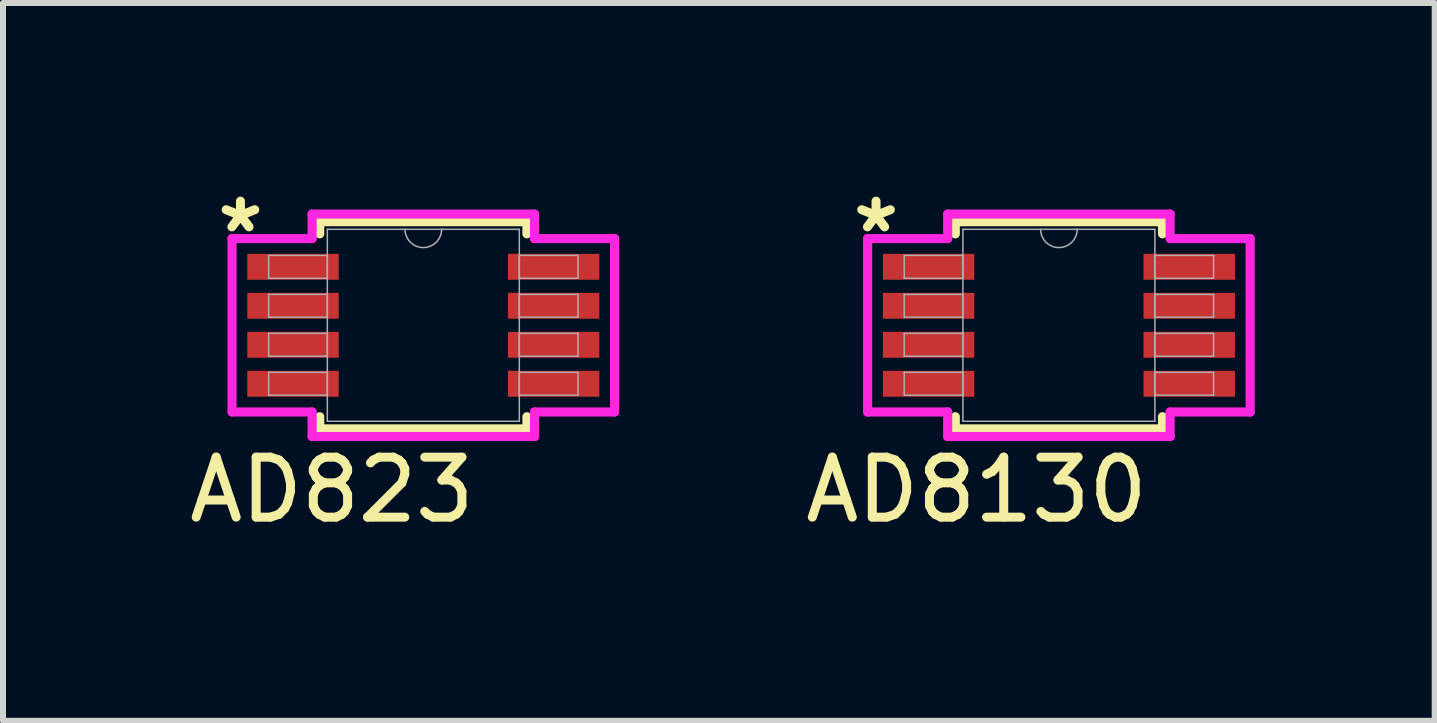
<source format=kicad_pcb>
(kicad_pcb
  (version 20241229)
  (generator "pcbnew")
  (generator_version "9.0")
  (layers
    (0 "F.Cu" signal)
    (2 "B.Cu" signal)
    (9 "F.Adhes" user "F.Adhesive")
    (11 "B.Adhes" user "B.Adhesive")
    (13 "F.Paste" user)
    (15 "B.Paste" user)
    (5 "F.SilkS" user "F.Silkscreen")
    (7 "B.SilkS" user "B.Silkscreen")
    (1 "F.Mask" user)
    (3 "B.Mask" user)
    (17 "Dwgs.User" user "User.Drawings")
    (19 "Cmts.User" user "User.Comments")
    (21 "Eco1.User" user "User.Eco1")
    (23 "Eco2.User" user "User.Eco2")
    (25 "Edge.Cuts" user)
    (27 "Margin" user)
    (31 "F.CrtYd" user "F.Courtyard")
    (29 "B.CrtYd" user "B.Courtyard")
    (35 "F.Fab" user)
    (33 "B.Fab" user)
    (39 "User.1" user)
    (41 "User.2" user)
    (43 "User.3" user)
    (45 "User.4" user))
  (footprint "AD8130"
    (layer "F.Cu")
    (at 14.6 2.372)
    (property "Reference" "AD8130" (at -1.372 2.743 0) (unlocked yes) (layer "F.SilkS") (effects (font (size 1 1) (thickness 0.15))))
    (attr smd)
    (fp_line (start -1.727 -1.727) (end -1.727 -1.524) (stroke (width 0.152) (type solid)) (layer "F.SilkS"))
    (fp_line (start -1.727 1.524) (end -1.727 1.727) (stroke (width 0.152) (type solid)) (layer "F.SilkS"))
    (fp_line (start -1.727 1.727) (end 1.727 1.727) (stroke (width 0.152) (type solid)) (layer "F.SilkS"))
    (fp_line (start 1.727 -1.727) (end -1.727 -1.727) (stroke (width 0.152) (type solid)) (layer "F.SilkS"))
    (fp_line (start 1.727 -1.524) (end 1.727 -1.727) (stroke (width 0.152) (type solid)) (layer "F.SilkS"))
    (fp_line (start 1.727 1.727) (end 1.727 1.524) (stroke (width 0.152) (type solid)) (layer "F.SilkS"))
    (fp_line (start -3.188 -1.445) (end -1.854 -1.445) (stroke (width 0.152) (type solid)) (layer "F.CrtYd"))
    (fp_line (start -3.188 1.445) (end -3.188 -1.445) (stroke (width 0.152) (type solid)) (layer "F.CrtYd"))
    (fp_line (start -3.188 1.445) (end -1.854 1.445) (stroke (width 0.152) (type solid)) (layer "F.CrtYd"))
    (fp_line (start -1.854 -1.854) (end 1.854 -1.854) (stroke (width 0.152) (type solid)) (layer "F.CrtYd"))
    (fp_line (start -1.854 -1.445) (end -1.854 -1.854) (stroke (width 0.152) (type solid)) (layer "F.CrtYd"))
    (fp_line (start -1.854 1.854) (end -1.854 1.445) (stroke (width 0.152) (type solid)) (layer "F.CrtYd"))
    (fp_line (start 1.854 -1.854) (end 1.854 -1.445) (stroke (width 0.152) (type solid)) (layer "F.CrtYd"))
    (fp_line (start 1.854 1.445) (end 1.854 1.854) (stroke (width 0.152) (type solid)) (layer "F.CrtYd"))
    (fp_line (start 1.854 1.854) (end -1.854 1.854) (stroke (width 0.152) (type solid)) (layer "F.CrtYd"))
    (fp_line (start 3.188 -1.445) (end 1.854 -1.445) (stroke (width 0.152) (type solid)) (layer "F.CrtYd"))
    (fp_line (start 3.188 -1.445) (end 3.188 1.445) (stroke (width 0.152) (type solid)) (layer "F.CrtYd"))
    (fp_line (start 3.188 1.445) (end 1.854 1.445) (stroke (width 0.152) (type solid)) (layer "F.CrtYd"))
    (fp_line (start -2.578 -1.165) (end -2.578 -0.784) (stroke (width 0.025) (type solid)) (layer "F.Fab"))
    (fp_line (start -2.578 -0.784) (end -1.6 -0.784) (stroke (width 0.025) (type solid)) (layer "F.Fab"))
    (fp_line (start -2.578 -0.515) (end -2.578 -0.135) (stroke (width 0.025) (type solid)) (layer "F.Fab"))
    (fp_line (start -2.578 -0.135) (end -1.6 -0.135) (stroke (width 0.025) (type solid)) (layer "F.Fab"))
    (fp_line (start -2.578 0.135) (end -2.578 0.515) (stroke (width 0.025) (type solid)) (layer "F.Fab"))
    (fp_line (start -2.578 0.515) (end -1.6 0.515) (stroke (width 0.025) (type solid)) (layer "F.Fab"))
    (fp_line (start -2.578 0.784) (end -2.578 1.165) (stroke (width 0.025) (type solid)) (layer "F.Fab"))
    (fp_line (start -2.578 1.165) (end -1.6 1.165) (stroke (width 0.025) (type solid)) (layer "F.Fab"))
    (fp_line (start -1.6 -1.6) (end -1.6 1.6) (stroke (width 0.025) (type solid)) (layer "F.Fab"))
    (fp_line (start -1.6 -1.165) (end -2.578 -1.165) (stroke (width 0.025) (type solid)) (layer "F.Fab"))
    (fp_line (start -1.6 -0.784) (end -1.6 -1.165) (stroke (width 0.025) (type solid)) (layer "F.Fab"))
    (fp_line (start -1.6 -0.515) (end -2.578 -0.515) (stroke (width 0.025) (type solid)) (layer "F.Fab"))
    (fp_line (start -1.6 -0.135) (end -1.6 -0.515) (stroke (width 0.025) (type solid)) (layer "F.Fab"))
    (fp_line (start -1.6 0.135) (end -2.578 0.135) (stroke (width 0.025) (type solid)) (layer "F.Fab"))
    (fp_line (start -1.6 0.515) (end -1.6 0.135) (stroke (width 0.025) (type solid)) (layer "F.Fab"))
    (fp_line (start -1.6 0.784) (end -2.578 0.784) (stroke (width 0.025) (type solid)) (layer "F.Fab"))
    (fp_line (start -1.6 1.165) (end -1.6 0.784) (stroke (width 0.025) (type solid)) (layer "F.Fab"))
    (fp_line (start -1.6 1.6) (end 1.6 1.6) (stroke (width 0.025) (type solid)) (layer "F.Fab"))
    (fp_line (start 1.6 -1.6) (end -1.6 -1.6) (stroke (width 0.025) (type solid)) (layer "F.Fab"))
    (fp_line (start 1.6 -1.165) (end 1.6 -0.784) (stroke (width 0.025) (type solid)) (layer "F.Fab"))
    (fp_line (start 1.6 -0.784) (end 2.578 -0.784) (stroke (width 0.025) (type solid)) (layer "F.Fab"))
    (fp_line (start 1.6 -0.515) (end 1.6 -0.135) (stroke (width 0.025) (type solid)) (layer "F.Fab"))
    (fp_line (start 1.6 -0.135) (end 2.578 -0.135) (stroke (width 0.025) (type solid)) (layer "F.Fab"))
    (fp_line (start 1.6 0.135) (end 1.6 0.515) (stroke (width 0.025) (type solid)) (layer "F.Fab"))
    (fp_line (start 1.6 0.515) (end 2.578 0.515) (stroke (width 0.025) (type solid)) (layer "F.Fab"))
    (fp_line (start 1.6 0.784) (end 1.6 1.165) (stroke (width 0.025) (type solid)) (layer "F.Fab"))
    (fp_line (start 1.6 1.165) (end 2.578 1.165) (stroke (width 0.025) (type solid)) (layer "F.Fab"))
    (fp_line (start 1.6 1.6) (end 1.6 -1.6) (stroke (width 0.025) (type solid)) (layer "F.Fab"))
    (fp_line (start 2.578 -1.165) (end 1.6 -1.165) (stroke (width 0.025) (type solid)) (layer "F.Fab"))
    (fp_line (start 2.578 -0.784) (end 2.578 -1.165) (stroke (width 0.025) (type solid)) (layer "F.Fab"))
    (fp_line (start 2.578 -0.515) (end 1.6 -0.515) (stroke (width 0.025) (type solid)) (layer "F.Fab"))
    (fp_line (start 2.578 -0.135) (end 2.578 -0.515) (stroke (width 0.025) (type solid)) (layer "F.Fab"))
    (fp_line (start 2.578 0.135) (end 1.6 0.135) (stroke (width 0.025) (type solid)) (layer "F.Fab"))
    (fp_line (start 2.578 0.515) (end 2.578 0.135) (stroke (width 0.025) (type solid)) (layer "F.Fab"))
    (fp_line (start 2.578 0.784) (end 1.6 0.784) (stroke (width 0.025) (type solid)) (layer "F.Fab"))
    (fp_line (start 2.578 1.165) (end 2.578 0.784) (stroke (width 0.025) (type solid)) (layer "F.Fab"))
    (fp_arc (start 0.3048 -1.6002) (mid 0 -1.2954) (end -0.3048 -1.6002) (stroke (width 0.0254) (type solid)) (layer "F.Fab"))
    (fp_text user "*" (at -3.048 -1.524 0) (unlocked yes) (layer "F.SilkS") (effects (font (size 1 1) (thickness 0.15))))
    (pad "1" smd rect (at -2.172 -0.975) (size 1.524 0.432) (layers "F.Cu" "F.Mask" "F.Paste"))
    (pad "2" smd rect (at -2.172 -0.325) (size 1.524 0.432) (layers "F.Cu" "F.Mask" "F.Paste"))
    (pad "3" smd rect (at -2.172 0.325) (size 1.524 0.432) (layers "F.Cu" "F.Mask" "F.Paste"))
    (pad "4" smd rect (at -2.172 0.975) (size 1.524 0.432) (layers "F.Cu" "F.Mask" "F.Paste"))
    (pad "5" smd rect (at 2.172 0.975) (size 1.524 0.432) (layers "F.Cu" "F.Mask" "F.Paste"))
    (pad "6" smd rect (at 2.172 0.325) (size 1.524 0.432) (layers "F.Cu" "F.Mask" "F.Paste"))
    (pad "7" smd rect (at 2.172 -0.325) (size 1.524 0.432) (layers "F.Cu" "F.Mask" "F.Paste"))
    (pad "8" smd rect (at 2.172 -0.975) (size 1.524 0.432) (layers "F.Cu" "F.Mask" "F.Paste")))
  (footprint "AD823"
    (layer "F.Cu")
    (at 4.006 2.372)
    (property "Reference" "AD823" (at -1.524 2.743 0) (unlocked yes) (layer "F.SilkS") (effects (font (size 1 1) (thickness 0.15))))
    (attr smd)
    (fp_line (start -1.727 -1.727) (end -1.727 -1.524) (stroke (width 0.152) (type solid)) (layer "F.SilkS"))
    (fp_line (start -1.727 1.524) (end -1.727 1.727) (stroke (width 0.152) (type solid)) (layer "F.SilkS"))
    (fp_line (start -1.727 1.727) (end 1.727 1.727) (stroke (width 0.152) (type solid)) (layer "F.SilkS"))
    (fp_line (start 1.727 -1.727) (end -1.727 -1.727) (stroke (width 0.152) (type solid)) (layer "F.SilkS"))
    (fp_line (start 1.727 -1.524) (end 1.727 -1.727) (stroke (width 0.152) (type solid)) (layer "F.SilkS"))
    (fp_line (start 1.727 1.727) (end 1.727 1.524) (stroke (width 0.152) (type solid)) (layer "F.SilkS"))
    (fp_line (start -3.188 -1.445) (end -1.854 -1.445) (stroke (width 0.152) (type solid)) (layer "F.CrtYd"))
    (fp_line (start -3.188 1.445) (end -3.188 -1.445) (stroke (width 0.152) (type solid)) (layer "F.CrtYd"))
    (fp_line (start -3.188 1.445) (end -1.854 1.445) (stroke (width 0.152) (type solid)) (layer "F.CrtYd"))
    (fp_line (start -1.854 -1.854) (end 1.854 -1.854) (stroke (width 0.152) (type solid)) (layer "F.CrtYd"))
    (fp_line (start -1.854 -1.445) (end -1.854 -1.854) (stroke (width 0.152) (type solid)) (layer "F.CrtYd"))
    (fp_line (start -1.854 1.854) (end -1.854 1.445) (stroke (width 0.152) (type solid)) (layer "F.CrtYd"))
    (fp_line (start 1.854 -1.854) (end 1.854 -1.445) (stroke (width 0.152) (type solid)) (layer "F.CrtYd"))
    (fp_line (start 1.854 1.445) (end 1.854 1.854) (stroke (width 0.152) (type solid)) (layer "F.CrtYd"))
    (fp_line (start 1.854 1.854) (end -1.854 1.854) (stroke (width 0.152) (type solid)) (layer "F.CrtYd"))
    (fp_line (start 3.188 -1.445) (end 1.854 -1.445) (stroke (width 0.152) (type solid)) (layer "F.CrtYd"))
    (fp_line (start 3.188 -1.445) (end 3.188 1.445) (stroke (width 0.152) (type solid)) (layer "F.CrtYd"))
    (fp_line (start 3.188 1.445) (end 1.854 1.445) (stroke (width 0.152) (type solid)) (layer "F.CrtYd"))
    (fp_line (start -2.578 -1.165) (end -2.578 -0.784) (stroke (width 0.025) (type solid)) (layer "F.Fab"))
    (fp_line (start -2.578 -0.784) (end -1.6 -0.784) (stroke (width 0.025) (type solid)) (layer "F.Fab"))
    (fp_line (start -2.578 -0.515) (end -2.578 -0.135) (stroke (width 0.025) (type solid)) (layer "F.Fab"))
    (fp_line (start -2.578 -0.135) (end -1.6 -0.135) (stroke (width 0.025) (type solid)) (layer "F.Fab"))
    (fp_line (start -2.578 0.135) (end -2.578 0.515) (stroke (width 0.025) (type solid)) (layer "F.Fab"))
    (fp_line (start -2.578 0.515) (end -1.6 0.515) (stroke (width 0.025) (type solid)) (layer "F.Fab"))
    (fp_line (start -2.578 0.784) (end -2.578 1.165) (stroke (width 0.025) (type solid)) (layer "F.Fab"))
    (fp_line (start -2.578 1.165) (end -1.6 1.165) (stroke (width 0.025) (type solid)) (layer "F.Fab"))
    (fp_line (start -1.6 -1.6) (end -1.6 1.6) (stroke (width 0.025) (type solid)) (layer "F.Fab"))
    (fp_line (start -1.6 -1.165) (end -2.578 -1.165) (stroke (width 0.025) (type solid)) (layer "F.Fab"))
    (fp_line (start -1.6 -0.784) (end -1.6 -1.165) (stroke (width 0.025) (type solid)) (layer "F.Fab"))
    (fp_line (start -1.6 -0.515) (end -2.578 -0.515) (stroke (width 0.025) (type solid)) (layer "F.Fab"))
    (fp_line (start -1.6 -0.135) (end -1.6 -0.515) (stroke (width 0.025) (type solid)) (layer "F.Fab"))
    (fp_line (start -1.6 0.135) (end -2.578 0.135) (stroke (width 0.025) (type solid)) (layer "F.Fab"))
    (fp_line (start -1.6 0.515) (end -1.6 0.135) (stroke (width 0.025) (type solid)) (layer "F.Fab"))
    (fp_line (start -1.6 0.784) (end -2.578 0.784) (stroke (width 0.025) (type solid)) (layer "F.Fab"))
    (fp_line (start -1.6 1.165) (end -1.6 0.784) (stroke (width 0.025) (type solid)) (layer "F.Fab"))
    (fp_line (start -1.6 1.6) (end 1.6 1.6) (stroke (width 0.025) (type solid)) (layer "F.Fab"))
    (fp_line (start 1.6 -1.6) (end -1.6 -1.6) (stroke (width 0.025) (type solid)) (layer "F.Fab"))
    (fp_line (start 1.6 -1.165) (end 1.6 -0.784) (stroke (width 0.025) (type solid)) (layer "F.Fab"))
    (fp_line (start 1.6 -0.784) (end 2.578 -0.784) (stroke (width 0.025) (type solid)) (layer "F.Fab"))
    (fp_line (start 1.6 -0.515) (end 1.6 -0.135) (stroke (width 0.025) (type solid)) (layer "F.Fab"))
    (fp_line (start 1.6 -0.135) (end 2.578 -0.135) (stroke (width 0.025) (type solid)) (layer "F.Fab"))
    (fp_line (start 1.6 0.135) (end 1.6 0.515) (stroke (width 0.025) (type solid)) (layer "F.Fab"))
    (fp_line (start 1.6 0.515) (end 2.578 0.515) (stroke (width 0.025) (type solid)) (layer "F.Fab"))
    (fp_line (start 1.6 0.784) (end 1.6 1.165) (stroke (width 0.025) (type solid)) (layer "F.Fab"))
    (fp_line (start 1.6 1.165) (end 2.578 1.165) (stroke (width 0.025) (type solid)) (layer "F.Fab"))
    (fp_line (start 1.6 1.6) (end 1.6 -1.6) (stroke (width 0.025) (type solid)) (layer "F.Fab"))
    (fp_line (start 2.578 -1.165) (end 1.6 -1.165) (stroke (width 0.025) (type solid)) (layer "F.Fab"))
    (fp_line (start 2.578 -0.784) (end 2.578 -1.165) (stroke (width 0.025) (type solid)) (layer "F.Fab"))
    (fp_line (start 2.578 -0.515) (end 1.6 -0.515) (stroke (width 0.025) (type solid)) (layer "F.Fab"))
    (fp_line (start 2.578 -0.135) (end 2.578 -0.515) (stroke (width 0.025) (type solid)) (layer "F.Fab"))
    (fp_line (start 2.578 0.135) (end 1.6 0.135) (stroke (width 0.025) (type solid)) (layer "F.Fab"))
    (fp_line (start 2.578 0.515) (end 2.578 0.135) (stroke (width 0.025) (type solid)) (layer "F.Fab"))
    (fp_line (start 2.578 0.784) (end 1.6 0.784) (stroke (width 0.025) (type solid)) (layer "F.Fab"))
    (fp_line (start 2.578 1.165) (end 2.578 0.784) (stroke (width 0.025) (type solid)) (layer "F.Fab"))
    (fp_arc (start 0.3048 -1.6002) (mid 0 -1.2954) (end -0.3048 -1.6002) (stroke (width 0.0254) (type solid)) (layer "F.Fab"))
    (fp_text user "*" (at -3.048 -1.524 0) (layer "F.SilkS") (effects (font (size 1 1) (thickness 0.15))))
    (pad "1" smd rect (at -2.172 -0.975) (size 1.524 0.432) (layers "F.Cu" "F.Mask" "F.Paste"))
    (pad "2" smd rect (at -2.172 -0.325) (size 1.524 0.432) (layers "F.Cu" "F.Mask" "F.Paste"))
    (pad "3" smd rect (at -2.172 0.325) (size 1.524 0.432) (layers "F.Cu" "F.Mask" "F.Paste"))
    (pad "4" smd rect (at -2.172 0.975) (size 1.524 0.432) (layers "F.Cu" "F.Mask" "F.Paste"))
    (pad "5" smd rect (at 2.172 0.975) (size 1.524 0.432) (layers "F.Cu" "F.Mask" "F.Paste"))
    (pad "6" smd rect (at 2.172 0.325) (size 1.524 0.432) (layers "F.Cu" "F.Mask" "F.Paste"))
    (pad "7" smd rect (at 2.172 -0.325) (size 1.524 0.432) (layers "F.Cu" "F.Mask" "F.Paste"))
    (pad "8" smd rect (at 2.172 -0.975) (size 1.524 0.432) (layers "F.Cu" "F.Mask" "F.Paste")))
  (gr_rect
    (start -3 -3)
    (end 20.864 8.964)
    (stroke (width 0.1) (type default))
    (fill no)
    (layer "Edge.Cuts")))
</source>
